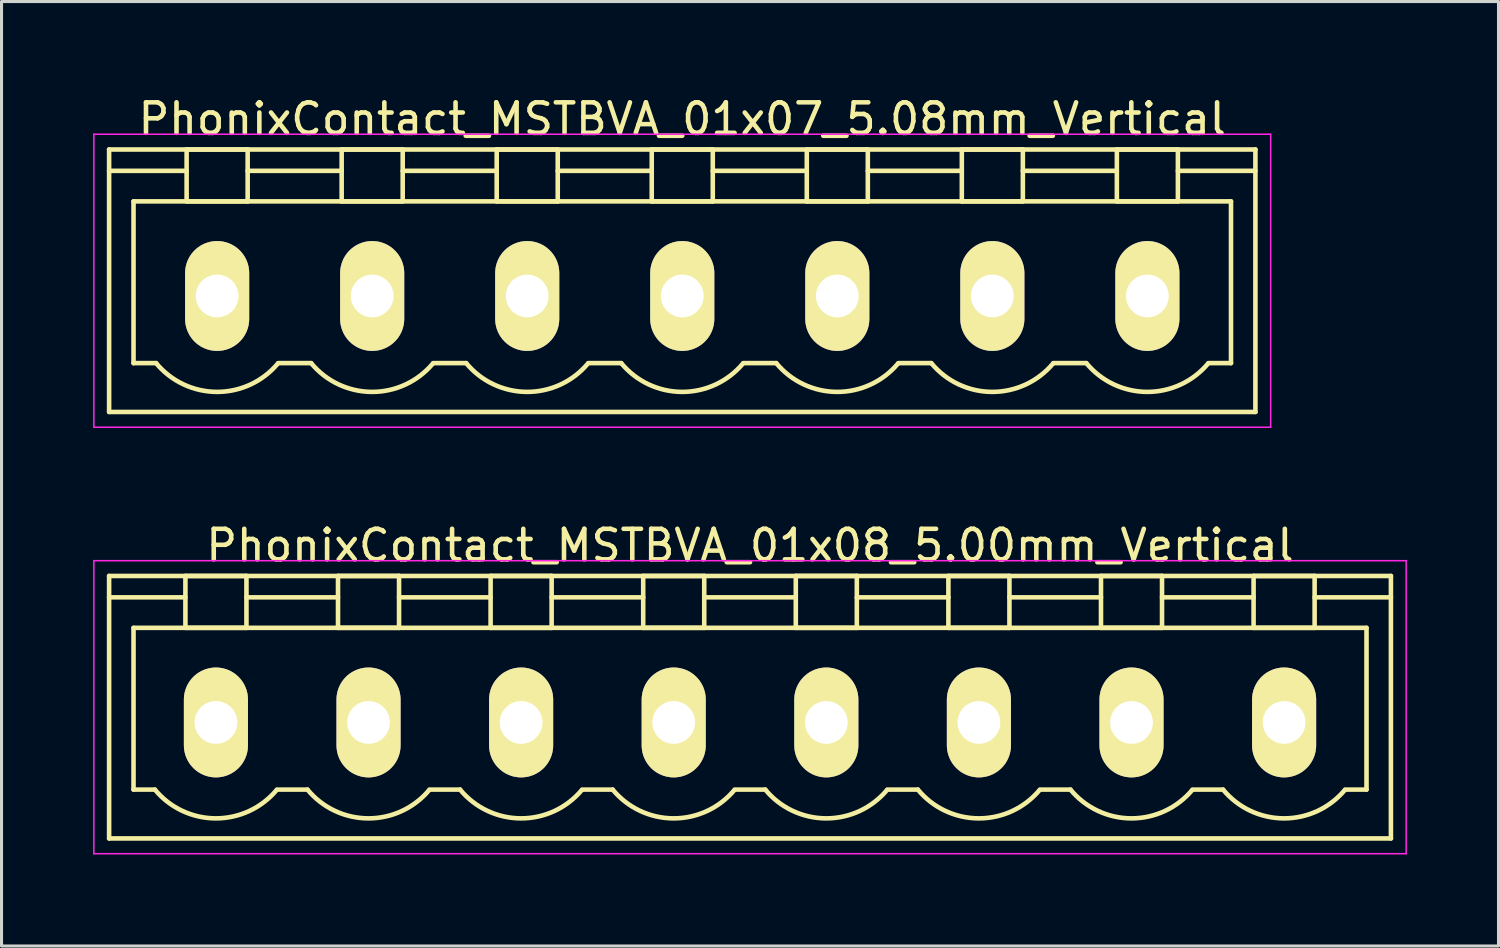
<source format=kicad_pcb>
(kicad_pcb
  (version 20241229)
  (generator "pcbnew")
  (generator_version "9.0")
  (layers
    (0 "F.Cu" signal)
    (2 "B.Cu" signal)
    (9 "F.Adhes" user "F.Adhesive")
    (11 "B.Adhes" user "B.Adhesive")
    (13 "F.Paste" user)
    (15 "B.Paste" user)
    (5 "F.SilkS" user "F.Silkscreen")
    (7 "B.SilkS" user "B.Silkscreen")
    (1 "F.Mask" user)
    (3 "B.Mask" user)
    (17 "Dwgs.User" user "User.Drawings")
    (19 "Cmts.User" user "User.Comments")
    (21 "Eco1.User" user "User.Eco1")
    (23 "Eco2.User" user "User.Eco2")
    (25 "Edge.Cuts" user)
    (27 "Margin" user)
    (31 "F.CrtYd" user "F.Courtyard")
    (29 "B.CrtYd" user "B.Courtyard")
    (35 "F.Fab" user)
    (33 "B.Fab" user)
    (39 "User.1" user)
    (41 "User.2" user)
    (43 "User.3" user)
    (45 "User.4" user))
  (footprint "PhonixContact_MSTBVA_01x08_5.00mm_Vertical"
    (layer "F.Cu")
    (at 4.025 20.622)
    (property "Reference" "PhonixContact_MSTBVA_01x08_5.00mm_Vertical" (at 17.5 -5.8 0) (layer "F.SilkS") (effects (font (size 1 1) (thickness 0.15))))
    (attr through_hole)
    (fp_line (start -3.5 -4.8) (end -3.5 3.8) (stroke (width 0.15) (type solid)) (layer "F.SilkS"))
    (fp_line (start -3.5 -4.1) (end -1 -4.1) (stroke (width 0.15) (type solid)) (layer "F.SilkS"))
    (fp_line (start -3.5 3.8) (end 38.5 3.8) (stroke (width 0.15) (type solid)) (layer "F.SilkS"))
    (fp_line (start -2.7 -3.1) (end 37.7 -3.1) (stroke (width 0.15) (type solid)) (layer "F.SilkS"))
    (fp_line (start -2.7 2.2) (end -2.7 -3.1) (stroke (width 0.15) (type solid)) (layer "F.SilkS"))
    (fp_line (start -2 2.2) (end -2.7 2.2) (stroke (width 0.15) (type solid)) (layer "F.SilkS"))
    (fp_line (start -1 -4.8) (end 1 -4.8) (stroke (width 0.15) (type solid)) (layer "F.SilkS"))
    (fp_line (start -1 -3.1) (end -1 -4.8) (stroke (width 0.15) (type solid)) (layer "F.SilkS"))
    (fp_line (start 1 -4.8) (end 1 -3.1) (stroke (width 0.15) (type solid)) (layer "F.SilkS"))
    (fp_line (start 1 -4.1) (end 4 -4.1) (stroke (width 0.15) (type solid)) (layer "F.SilkS"))
    (fp_line (start 1 -3.1) (end -1 -3.1) (stroke (width 0.15) (type solid)) (layer "F.SilkS"))
    (fp_line (start 2 2.2) (end 3 2.2) (stroke (width 0.15) (type solid)) (layer "F.SilkS"))
    (fp_line (start 4 -4.8) (end 6 -4.8) (stroke (width 0.15) (type solid)) (layer "F.SilkS"))
    (fp_line (start 4 -3.1) (end 4 -4.8) (stroke (width 0.15) (type solid)) (layer "F.SilkS"))
    (fp_line (start 6 -4.8) (end 6 -3.1) (stroke (width 0.15) (type solid)) (layer "F.SilkS"))
    (fp_line (start 6 -4.1) (end 9 -4.1) (stroke (width 0.15) (type solid)) (layer "F.SilkS"))
    (fp_line (start 6 -3.1) (end 4 -3.1) (stroke (width 0.15) (type solid)) (layer "F.SilkS"))
    (fp_line (start 7 2.2) (end 8 2.2) (stroke (width 0.15) (type solid)) (layer "F.SilkS"))
    (fp_line (start 9 -4.8) (end 11 -4.8) (stroke (width 0.15) (type solid)) (layer "F.SilkS"))
    (fp_line (start 9 -3.1) (end 9 -4.8) (stroke (width 0.15) (type solid)) (layer "F.SilkS"))
    (fp_line (start 11 -4.8) (end 11 -3.1) (stroke (width 0.15) (type solid)) (layer "F.SilkS"))
    (fp_line (start 11 -4.1) (end 14 -4.1) (stroke (width 0.15) (type solid)) (layer "F.SilkS"))
    (fp_line (start 11 -3.1) (end 9 -3.1) (stroke (width 0.15) (type solid)) (layer "F.SilkS"))
    (fp_line (start 12 2.2) (end 13 2.2) (stroke (width 0.15) (type solid)) (layer "F.SilkS"))
    (fp_line (start 14 -4.8) (end 16 -4.8) (stroke (width 0.15) (type solid)) (layer "F.SilkS"))
    (fp_line (start 14 -3.1) (end 14 -4.8) (stroke (width 0.15) (type solid)) (layer "F.SilkS"))
    (fp_line (start 16 -4.8) (end 16 -3.1) (stroke (width 0.15) (type solid)) (layer "F.SilkS"))
    (fp_line (start 16 -4.1) (end 19 -4.1) (stroke (width 0.15) (type solid)) (layer "F.SilkS"))
    (fp_line (start 16 -3.1) (end 14 -3.1) (stroke (width 0.15) (type solid)) (layer "F.SilkS"))
    (fp_line (start 17 2.2) (end 18 2.2) (stroke (width 0.15) (type solid)) (layer "F.SilkS"))
    (fp_line (start 19 -4.8) (end 21 -4.8) (stroke (width 0.15) (type solid)) (layer "F.SilkS"))
    (fp_line (start 19 -3.1) (end 19 -4.8) (stroke (width 0.15) (type solid)) (layer "F.SilkS"))
    (fp_line (start 21 -4.8) (end 21 -3.1) (stroke (width 0.15) (type solid)) (layer "F.SilkS"))
    (fp_line (start 21 -4.1) (end 24 -4.1) (stroke (width 0.15) (type solid)) (layer "F.SilkS"))
    (fp_line (start 21 -3.1) (end 19 -3.1) (stroke (width 0.15) (type solid)) (layer "F.SilkS"))
    (fp_line (start 22 2.2) (end 23 2.2) (stroke (width 0.15) (type solid)) (layer "F.SilkS"))
    (fp_line (start 24 -4.8) (end 26 -4.8) (stroke (width 0.15) (type solid)) (layer "F.SilkS"))
    (fp_line (start 24 -3.1) (end 24 -4.8) (stroke (width 0.15) (type solid)) (layer "F.SilkS"))
    (fp_line (start 26 -4.8) (end 26 -3.1) (stroke (width 0.15) (type solid)) (layer "F.SilkS"))
    (fp_line (start 26 -4.1) (end 29 -4.1) (stroke (width 0.15) (type solid)) (layer "F.SilkS"))
    (fp_line (start 26 -3.1) (end 24 -3.1) (stroke (width 0.15) (type solid)) (layer "F.SilkS"))
    (fp_line (start 27 2.2) (end 28 2.2) (stroke (width 0.15) (type solid)) (layer "F.SilkS"))
    (fp_line (start 29 -4.8) (end 31 -4.8) (stroke (width 0.15) (type solid)) (layer "F.SilkS"))
    (fp_line (start 29 -3.1) (end 29 -4.8) (stroke (width 0.15) (type solid)) (layer "F.SilkS"))
    (fp_line (start 31 -4.8) (end 31 -3.1) (stroke (width 0.15) (type solid)) (layer "F.SilkS"))
    (fp_line (start 31 -4.1) (end 34 -4.1) (stroke (width 0.15) (type solid)) (layer "F.SilkS"))
    (fp_line (start 31 -3.1) (end 29 -3.1) (stroke (width 0.15) (type solid)) (layer "F.SilkS"))
    (fp_line (start 32 2.2) (end 33 2.2) (stroke (width 0.15) (type solid)) (layer "F.SilkS"))
    (fp_line (start 34 -4.8) (end 36 -4.8) (stroke (width 0.15) (type solid)) (layer "F.SilkS"))
    (fp_line (start 34 -3.1) (end 34 -4.8) (stroke (width 0.15) (type solid)) (layer "F.SilkS"))
    (fp_line (start 36 -4.8) (end 36 -3.1) (stroke (width 0.15) (type solid)) (layer "F.SilkS"))
    (fp_line (start 36 -3.1) (end 34 -3.1) (stroke (width 0.15) (type solid)) (layer "F.SilkS"))
    (fp_line (start 37.7 -3.1) (end 37.7 2.2) (stroke (width 0.15) (type solid)) (layer "F.SilkS"))
    (fp_line (start 37.7 2.2) (end 37 2.2) (stroke (width 0.15) (type solid)) (layer "F.SilkS"))
    (fp_line (start 38.5 -4.8) (end -3.5 -4.8) (stroke (width 0.15) (type solid)) (layer "F.SilkS"))
    (fp_line (start 38.5 -4.1) (end 36 -4.1) (stroke (width 0.15) (type solid)) (layer "F.SilkS"))
    (fp_line (start 38.5 3.8) (end 38.5 -4.8) (stroke (width 0.15) (type solid)) (layer "F.SilkS"))
    (fp_arc (start 1.986842 2.215821) (mid -0.010289 3.142758) (end -2 2.2) (stroke (width 0.15) (type solid)) (layer "F.SilkS"))
    (fp_arc (start 6.986842 2.215821) (mid 4.989711 3.142758) (end 3 2.2) (stroke (width 0.15) (type solid)) (layer "F.SilkS"))
    (fp_arc (start 11.986842 2.215821) (mid 9.989711 3.142758) (end 8 2.2) (stroke (width 0.15) (type solid)) (layer "F.SilkS"))
    (fp_arc (start 16.986842 2.215821) (mid 14.989711 3.142758) (end 13 2.2) (stroke (width 0.15) (type solid)) (layer "F.SilkS"))
    (fp_arc (start 21.986842 2.215821) (mid 19.989711 3.142758) (end 18 2.2) (stroke (width 0.15) (type solid)) (layer "F.SilkS"))
    (fp_arc (start 26.986842 2.215821) (mid 24.989711 3.142758) (end 23 2.2) (stroke (width 0.15) (type solid)) (layer "F.SilkS"))
    (fp_arc (start 31.986842 2.215821) (mid 29.989711 3.142758) (end 28 2.2) (stroke (width 0.15) (type solid)) (layer "F.SilkS"))
    (fp_arc (start 36.986842 2.215821) (mid 34.989711 3.142758) (end 33 2.2) (stroke (width 0.15) (type solid)) (layer "F.SilkS"))
    (fp_line (start -4 -5.3) (end -4 4.3) (stroke (width 0.05) (type solid)) (layer "F.CrtYd"))
    (fp_line (start -4 4.3) (end 39 4.3) (stroke (width 0.05) (type solid)) (layer "F.CrtYd"))
    (fp_line (start 39 -5.3) (end -4 -5.3) (stroke (width 0.05) (type solid)) (layer "F.CrtYd"))
    (fp_line (start 39 4.3) (end 39 -5.3) (stroke (width 0.05) (type solid)) (layer "F.CrtYd"))
    (pad "1" thru_hole oval (at 0 0) (size 2.1 3.6) (drill 1.4) (layers "*.Cu" "*.Mask" "F.SilkS"))
    (pad "2" thru_hole oval (at 5 0) (size 2.1 3.6) (drill 1.4) (layers "*.Cu" "*.Mask" "F.SilkS"))
    (pad "3" thru_hole oval (at 10 0) (size 2.1 3.6) (drill 1.4) (layers "*.Cu" "*.Mask" "F.SilkS"))
    (pad "4" thru_hole oval (at 15 0) (size 2.1 3.6) (drill 1.4) (layers "*.Cu" "*.Mask" "F.SilkS"))
    (pad "5" thru_hole oval (at 20 0) (size 2.1 3.6) (drill 1.4) (layers "*.Cu" "*.Mask" "F.SilkS"))
    (pad "6" thru_hole oval (at 25 0) (size 2.1 3.6) (drill 1.4) (layers "*.Cu" "*.Mask" "F.SilkS"))
    (pad "7" thru_hole oval (at 30 0) (size 2.1 3.6) (drill 1.4) (layers "*.Cu" "*.Mask" "F.SilkS"))
    (pad "8" thru_hole oval (at 35 0) (size 2.1 3.6) (drill 1.4) (layers "*.Cu" "*.Mask" "F.SilkS")))
  (footprint "PhonixContact_MSTBVA_01x07_5.08mm_Vertical"
    (layer "F.Cu")
    (at 4.065 6.648)
    (property "Reference" "PhonixContact_MSTBVA_01x07_5.08mm_Vertical" (at 15.24 -5.8 0) (layer "F.SilkS") (effects (font (size 1 1) (thickness 0.15))))
    (attr through_hole)
    (fp_line (start -3.54 -4.8) (end -3.54 3.8) (stroke (width 0.15) (type solid)) (layer "F.SilkS"))
    (fp_line (start -3.54 -4.1) (end -1 -4.1) (stroke (width 0.15) (type solid)) (layer "F.SilkS"))
    (fp_line (start -3.54 3.8) (end 34.02 3.8) (stroke (width 0.15) (type solid)) (layer "F.SilkS"))
    (fp_line (start -2.74 -3.1) (end 33.22 -3.1) (stroke (width 0.15) (type solid)) (layer "F.SilkS"))
    (fp_line (start -2.74 2.2) (end -2.74 -3.1) (stroke (width 0.15) (type solid)) (layer "F.SilkS"))
    (fp_line (start -2 2.2) (end -2.74 2.2) (stroke (width 0.15) (type solid)) (layer "F.SilkS"))
    (fp_line (start -1 -4.8) (end 1 -4.8) (stroke (width 0.15) (type solid)) (layer "F.SilkS"))
    (fp_line (start -1 -3.1) (end -1 -4.8) (stroke (width 0.15) (type solid)) (layer "F.SilkS"))
    (fp_line (start 1 -4.8) (end 1 -3.1) (stroke (width 0.15) (type solid)) (layer "F.SilkS"))
    (fp_line (start 1 -4.1) (end 4.08 -4.1) (stroke (width 0.15) (type solid)) (layer "F.SilkS"))
    (fp_line (start 1 -3.1) (end -1 -3.1) (stroke (width 0.15) (type solid)) (layer "F.SilkS"))
    (fp_line (start 2 2.2) (end 3.08 2.2) (stroke (width 0.15) (type solid)) (layer "F.SilkS"))
    (fp_line (start 4.08 -4.8) (end 6.08 -4.8) (stroke (width 0.15) (type solid)) (layer "F.SilkS"))
    (fp_line (start 4.08 -3.1) (end 4.08 -4.8) (stroke (width 0.15) (type solid)) (layer "F.SilkS"))
    (fp_line (start 6.08 -4.8) (end 6.08 -3.1) (stroke (width 0.15) (type solid)) (layer "F.SilkS"))
    (fp_line (start 6.08 -4.1) (end 9.16 -4.1) (stroke (width 0.15) (type solid)) (layer "F.SilkS"))
    (fp_line (start 6.08 -3.1) (end 4.08 -3.1) (stroke (width 0.15) (type solid)) (layer "F.SilkS"))
    (fp_line (start 7.08 2.2) (end 8.16 2.2) (stroke (width 0.15) (type solid)) (layer "F.SilkS"))
    (fp_line (start 9.16 -4.8) (end 11.16 -4.8) (stroke (width 0.15) (type solid)) (layer "F.SilkS"))
    (fp_line (start 9.16 -3.1) (end 9.16 -4.8) (stroke (width 0.15) (type solid)) (layer "F.SilkS"))
    (fp_line (start 11.16 -4.8) (end 11.16 -3.1) (stroke (width 0.15) (type solid)) (layer "F.SilkS"))
    (fp_line (start 11.16 -4.1) (end 14.24 -4.1) (stroke (width 0.15) (type solid)) (layer "F.SilkS"))
    (fp_line (start 11.16 -3.1) (end 9.16 -3.1) (stroke (width 0.15) (type solid)) (layer "F.SilkS"))
    (fp_line (start 12.16 2.2) (end 13.24 2.2) (stroke (width 0.15) (type solid)) (layer "F.SilkS"))
    (fp_line (start 14.24 -4.8) (end 16.24 -4.8) (stroke (width 0.15) (type solid)) (layer "F.SilkS"))
    (fp_line (start 14.24 -3.1) (end 14.24 -4.8) (stroke (width 0.15) (type solid)) (layer "F.SilkS"))
    (fp_line (start 16.24 -4.8) (end 16.24 -3.1) (stroke (width 0.15) (type solid)) (layer "F.SilkS"))
    (fp_line (start 16.24 -4.1) (end 19.32 -4.1) (stroke (width 0.15) (type solid)) (layer "F.SilkS"))
    (fp_line (start 16.24 -3.1) (end 14.24 -3.1) (stroke (width 0.15) (type solid)) (layer "F.SilkS"))
    (fp_line (start 17.24 2.2) (end 18.32 2.2) (stroke (width 0.15) (type solid)) (layer "F.SilkS"))
    (fp_line (start 19.32 -4.8) (end 21.32 -4.8) (stroke (width 0.15) (type solid)) (layer "F.SilkS"))
    (fp_line (start 19.32 -3.1) (end 19.32 -4.8) (stroke (width 0.15) (type solid)) (layer "F.SilkS"))
    (fp_line (start 21.32 -4.8) (end 21.32 -3.1) (stroke (width 0.15) (type solid)) (layer "F.SilkS"))
    (fp_line (start 21.32 -4.1) (end 24.4 -4.1) (stroke (width 0.15) (type solid)) (layer "F.SilkS"))
    (fp_line (start 21.32 -3.1) (end 19.32 -3.1) (stroke (width 0.15) (type solid)) (layer "F.SilkS"))
    (fp_line (start 22.32 2.2) (end 23.4 2.2) (stroke (width 0.15) (type solid)) (layer "F.SilkS"))
    (fp_line (start 24.4 -4.8) (end 26.4 -4.8) (stroke (width 0.15) (type solid)) (layer "F.SilkS"))
    (fp_line (start 24.4 -3.1) (end 24.4 -4.8) (stroke (width 0.15) (type solid)) (layer "F.SilkS"))
    (fp_line (start 26.4 -4.8) (end 26.4 -3.1) (stroke (width 0.15) (type solid)) (layer "F.SilkS"))
    (fp_line (start 26.4 -4.1) (end 29.48 -4.1) (stroke (width 0.15) (type solid)) (layer "F.SilkS"))
    (fp_line (start 26.4 -3.1) (end 24.4 -3.1) (stroke (width 0.15) (type solid)) (layer "F.SilkS"))
    (fp_line (start 27.4 2.2) (end 28.48 2.2) (stroke (width 0.15) (type solid)) (layer "F.SilkS"))
    (fp_line (start 29.48 -4.8) (end 31.48 -4.8) (stroke (width 0.15) (type solid)) (layer "F.SilkS"))
    (fp_line (start 29.48 -3.1) (end 29.48 -4.8) (stroke (width 0.15) (type solid)) (layer "F.SilkS"))
    (fp_line (start 31.48 -4.8) (end 31.48 -3.1) (stroke (width 0.15) (type solid)) (layer "F.SilkS"))
    (fp_line (start 31.48 -3.1) (end 29.48 -3.1) (stroke (width 0.15) (type solid)) (layer "F.SilkS"))
    (fp_line (start 33.22 -3.1) (end 33.22 2.2) (stroke (width 0.15) (type solid)) (layer "F.SilkS"))
    (fp_line (start 33.22 2.2) (end 32.48 2.2) (stroke (width 0.15) (type solid)) (layer "F.SilkS"))
    (fp_line (start 34.02 -4.8) (end -3.54 -4.8) (stroke (width 0.15) (type solid)) (layer "F.SilkS"))
    (fp_line (start 34.02 -4.1) (end 31.48 -4.1) (stroke (width 0.15) (type solid)) (layer "F.SilkS"))
    (fp_line (start 34.02 3.8) (end 34.02 -4.8) (stroke (width 0.15) (type solid)) (layer "F.SilkS"))
    (fp_arc (start 1.986842 2.215821) (mid -0.010289 3.142758) (end -2 2.2) (stroke (width 0.15) (type solid)) (layer "F.SilkS"))
    (fp_arc (start 7.066842 2.215821) (mid 5.069711 3.142758) (end 3.08 2.2) (stroke (width 0.15) (type solid)) (layer "F.SilkS"))
    (fp_arc (start 12.146842 2.215821) (mid 10.149711 3.142758) (end 8.16 2.2) (stroke (width 0.15) (type solid)) (layer "F.SilkS"))
    (fp_arc (start 17.226842 2.215821) (mid 15.229711 3.142758) (end 13.24 2.2) (stroke (width 0.15) (type solid)) (layer "F.SilkS"))
    (fp_arc (start 22.306842 2.215821) (mid 20.309711 3.142758) (end 18.32 2.2) (stroke (width 0.15) (type solid)) (layer "F.SilkS"))
    (fp_arc (start 27.386842 2.215821) (mid 25.389711 3.142758) (end 23.4 2.2) (stroke (width 0.15) (type solid)) (layer "F.SilkS"))
    (fp_arc (start 32.466842 2.215821) (mid 30.469711 3.142758) (end 28.48 2.2) (stroke (width 0.15) (type solid)) (layer "F.SilkS"))
    (fp_line (start -4.04 -5.3) (end -4.04 4.3) (stroke (width 0.05) (type solid)) (layer "F.CrtYd"))
    (fp_line (start -4.04 4.3) (end 34.52 4.3) (stroke (width 0.05) (type solid)) (layer "F.CrtYd"))
    (fp_line (start 34.52 -5.3) (end -4.04 -5.3) (stroke (width 0.05) (type solid)) (layer "F.CrtYd"))
    (fp_line (start 34.52 4.3) (end 34.52 -5.3) (stroke (width 0.05) (type solid)) (layer "F.CrtYd"))
    (pad "1" thru_hole oval (at 0 0) (size 2.1 3.6) (drill 1.4) (layers "*.Cu" "*.Mask" "F.SilkS"))
    (pad "2" thru_hole oval (at 5.08 0) (size 2.1 3.6) (drill 1.4) (layers "*.Cu" "*.Mask" "F.SilkS"))
    (pad "3" thru_hole oval (at 10.16 0) (size 2.1 3.6) (drill 1.4) (layers "*.Cu" "*.Mask" "F.SilkS"))
    (pad "4" thru_hole oval (at 15.24 0) (size 2.1 3.6) (drill 1.4) (layers "*.Cu" "*.Mask" "F.SilkS"))
    (pad "5" thru_hole oval (at 20.32 0) (size 2.1 3.6) (drill 1.4) (layers "*.Cu" "*.Mask" "F.SilkS"))
    (pad "6" thru_hole oval (at 25.4 0) (size 2.1 3.6) (drill 1.4) (layers "*.Cu" "*.Mask" "F.SilkS"))
    (pad "7" thru_hole oval (at 30.48 0) (size 2.1 3.6) (drill 1.4) (layers "*.Cu" "*.Mask" "F.SilkS")))
  (gr_rect
    (start -3 -3)
    (end 46.05 27.947)
    (stroke (width 0.1) (type default))
    (fill no)
    (layer "Edge.Cuts")))
</source>
